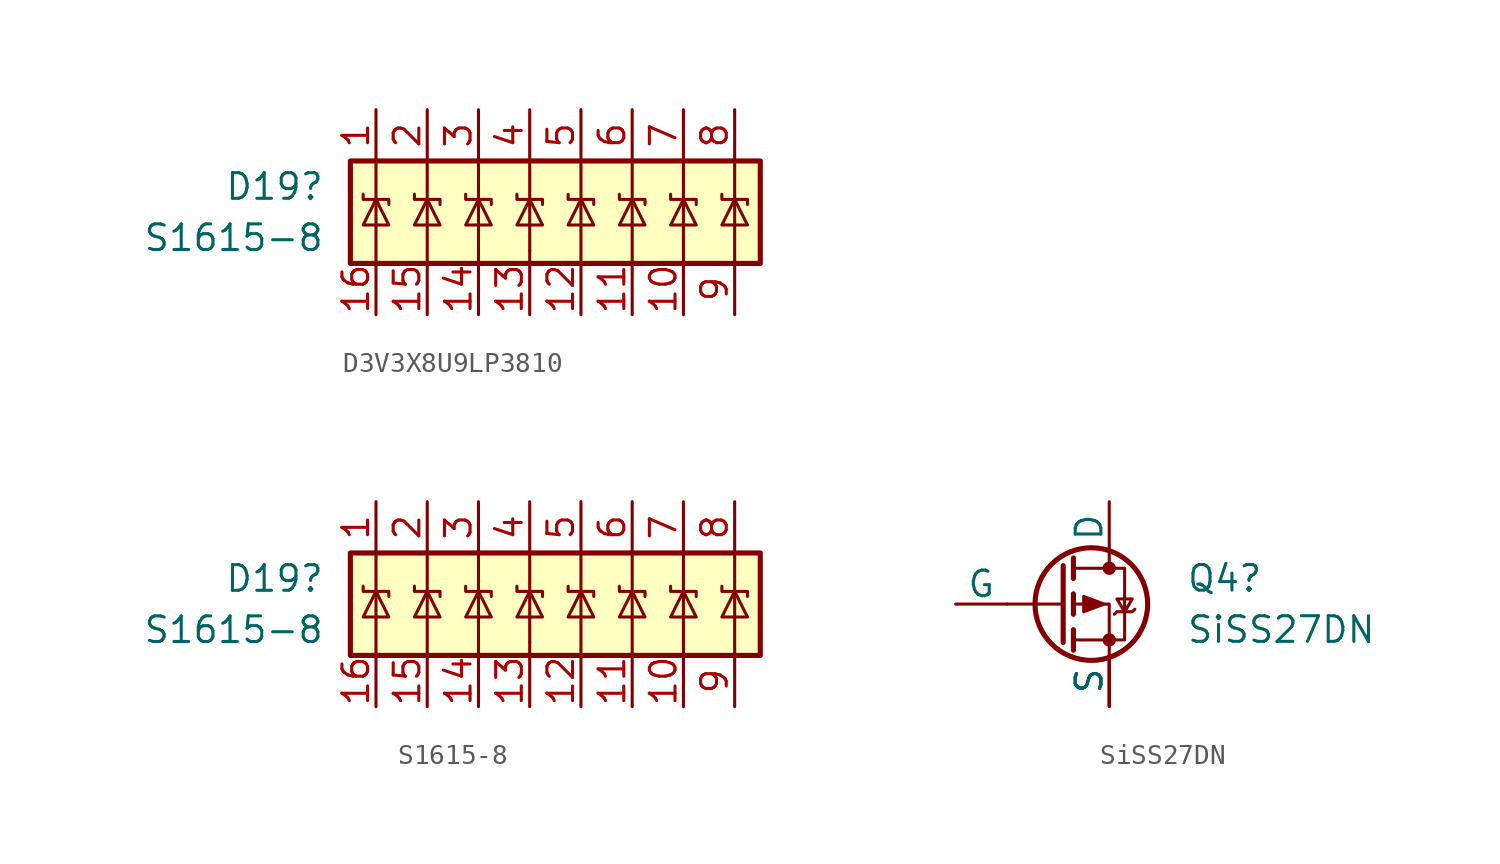
<source format=kicad_sym>
(kicad_symbol_lib
  (version 20241209)
  (generator "kicad_symbol_editor")
  (generator_version "9.0")
  (symbol "D3V3X8U9LP3810"
    (pin_names
      (hide yes))
    (property "Reference" "D19"
      (at -10.16 1.27 0)
      (effects (font (size 1.27 1.27)) (justify right)))
    (property "Value" "S1615-8"
      (at -10.16 -1.27 0)
      (effects (font (size 1.27 1.27)) (justify right)))
    (symbol "D3V3X8U9LP3810_0_1"
      (rectangle (start -8.89 2.54) (end 11.43 -2.54) (stroke (width 0.254) (type default)) (fill (type background)))
      (polyline (pts (xy -8.255 0.889) (xy -8.255 0.635) (xy -6.985 0.635) (xy -6.985 0.381)) (stroke (width 0.152) (type default)) (fill (type none)))
      (polyline (pts (xy -8.255 -0.635) (xy -6.985 -0.635) (xy -7.62 0.635) (xy -8.255 -0.635)) (stroke (width 0) (type default)) (fill (type none)))
      (polyline (pts (xy -7.62 2.54) (xy -7.62 -2.54)) (stroke (width 0) (type default)) (fill (type none)))
      (polyline (pts (xy -5.715 0.889) (xy -5.715 0.635) (xy -4.445 0.635) (xy -4.445 0.381)) (stroke (width 0.152) (type default)) (fill (type none)))
      (polyline (pts (xy -5.715 -0.635) (xy -4.445 -0.635) (xy -5.08 0.635) (xy -5.715 -0.635)) (stroke (width 0) (type default)) (fill (type none)))
      (polyline (pts (xy -5.08 2.54) (xy -5.08 -2.54)) (stroke (width 0) (type default)) (fill (type none)))
      (polyline (pts (xy -3.175 0.889) (xy -3.175 0.635) (xy -1.905 0.635) (xy -1.905 0.381)) (stroke (width 0.152) (type default)) (fill (type none)))
      (polyline (pts (xy -3.175 -0.635) (xy -1.905 -0.635) (xy -2.54 0.635) (xy -3.175 -0.635)) (stroke (width 0) (type default)) (fill (type none)))
      (polyline (pts (xy -2.54 2.54) (xy -2.54 -2.54)) (stroke (width 0) (type default)) (fill (type none)))
      (polyline (pts (xy -0.635 0.889) (xy -0.635 0.635) (xy 0.635 0.635) (xy 0.635 0.381)) (stroke (width 0.152) (type default)) (fill (type none)))
      (polyline (pts (xy -0.635 -0.635) (xy 0.635 -0.635) (xy 0 0.635) (xy -0.635 -0.635)) (stroke (width 0) (type default)) (fill (type none)))
      (polyline (pts (xy 0 2.54) (xy 0 -1.905)) (stroke (width 0) (type default)) (fill (type none)))
      (polyline (pts (xy 0 -1.905) (xy 0 -2.54)) (stroke (width 0.152) (type default)) (fill (type none)))
      (polyline (pts (xy 1.905 0.889) (xy 1.905 0.635) (xy 3.175 0.635) (xy 3.175 0.381)) (stroke (width 0.152) (type default)) (fill (type none)))
      (polyline (pts (xy 1.905 -0.635) (xy 3.175 -0.635) (xy 2.54 0.635) (xy 1.905 -0.635)) (stroke (width 0) (type default)) (fill (type none)))
      (polyline (pts (xy 2.54 2.54) (xy 2.54 -2.54)) (stroke (width 0) (type default)) (fill (type none)))
      (polyline (pts (xy 4.445 0.889) (xy 4.445 0.635) (xy 5.715 0.635) (xy 5.715 0.381)) (stroke (width 0.152) (type default)) (fill (type none)))
      (polyline (pts (xy 4.445 -0.635) (xy 5.715 -0.635) (xy 5.08 0.635) (xy 4.445 -0.635)) (stroke (width 0) (type default)) (fill (type none)))
      (polyline (pts (xy 5.08 2.54) (xy 5.08 -2.54)) (stroke (width 0) (type default)) (fill (type none)))
      (polyline (pts (xy 6.985 0.889) (xy 6.985 0.635) (xy 8.255 0.635) (xy 8.255 0.381)) (stroke (width 0.152) (type default)) (fill (type none)))
      (polyline (pts (xy 6.985 -0.635) (xy 8.255 -0.635) (xy 7.62 0.635) (xy 6.985 -0.635)) (stroke (width 0) (type default)) (fill (type none)))
      (polyline (pts (xy 7.62 2.54) (xy 7.62 -2.54)) (stroke (width 0) (type default)) (fill (type none)))
      (polyline (pts (xy 9.525 0.889) (xy 9.525 0.635) (xy 10.795 0.635) (xy 10.795 0.381)) (stroke (width 0.152) (type default)) (fill (type none)))
      (polyline (pts (xy 9.525 -0.635) (xy 10.795 -0.635) (xy 10.16 0.635) (xy 9.525 -0.635)) (stroke (width 0) (type default)) (fill (type none)))
      (polyline (pts (xy 10.16 2.54) (xy 10.16 -2.54)) (stroke (width 0) (type default)) (fill (type none))))
    (symbol "D3V3X8U9LP3810_1_1"
      (pin passive line (at -7.62 5.08 270) (length 2.54) (name "Line-1" (effects (font (size 1.27 1.27)))) (number "1" (effects (font (size 1.27 1.27)))))
      (pin passive line (at -7.62 -5.08 90) (length 2.54) (name "Line-1" (effects (font (size 1.27 1.27)))) (number "16" (effects (font (size 1.27 1.27)))))
      (pin passive line (at -5.08 5.08 270) (length 2.54) (name "Line-3" (effects (font (size 1.27 1.27)))) (number "2" (effects (font (size 1.27 1.27)))))
      (pin passive line (at -5.08 -5.08 90) (length 2.54) (name "Line-3" (effects (font (size 1.27 1.27)))) (number "15" (effects (font (size 1.27 1.27)))))
      (pin passive line (at -2.54 5.08 270) (length 2.54) (name "Line-6" (effects (font (size 1.27 1.27)))) (number "3" (effects (font (size 1.27 1.27)))))
      (pin passive line (at -2.54 -5.08 90) (length 2.54) (name "Line-6" (effects (font (size 1.27 1.27)))) (number "14" (effects (font (size 1.27 1.27)))))
      (pin passive line (at 0 5.08 270) (length 2.54) (name "Line-8" (effects (font (size 1.27 1.27)))) (number "4" (effects (font (size 1.27 1.27)))))
      (pin passive line (at 0 -5.08 90) (length 2.54) (name "Line-8" (effects (font (size 1.27 1.27)))) (number "13" (effects (font (size 1.27 1.27)))))
      (pin passive line (at 2.54 5.08 270) (length 2.54) (name "Line-7" (effects (font (size 1.27 1.27)))) (number "5" (effects (font (size 1.27 1.27)))))
      (pin passive line (at 2.54 -5.08 90) (length 2.54) (name "Line-7" (effects (font (size 1.27 1.27)))) (number "12" (effects (font (size 1.27 1.27)))))
      (pin passive line (at 5.08 5.08 270) (length 2.54) (name "Line-5" (effects (font (size 1.27 1.27)))) (number "6" (effects (font (size 1.27 1.27)))))
      (pin passive line (at 5.08 -5.08 90) (length 2.54) (name "11" (effects (font (size 1.27 1.27)))) (number "11" (effects (font (size 1.27 1.27)))))
      (pin passive line (at 7.62 5.08 270) (length 2.54) (name "Line-4" (effects (font (size 1.27 1.27)))) (number "7" (effects (font (size 1.27 1.27)))))
      (pin passive line (at 7.62 -5.08 90) (length 2.54) (name "Line-4" (effects (font (size 1.27 1.27)))) (number "10" (effects (font (size 1.27 1.27)))))
      (pin passive line (at 10.16 5.08 270) (length 2.54) (name "Line-2" (effects (font (size 1.27 1.27)))) (number "8" (effects (font (size 1.27 1.27)))))
      (pin passive line (at 10.16 -5.08 90) (length 2.54) (name "Line-2" (effects (font (size 1.27 1.27)))) (number "9" (effects (font (size 1.27 1.27)))))))
  (symbol "S1615-8"
    (pin_names
      (hide yes))
    (property "Reference" "D19"
      (at -10.16 1.27 0)
      (effects (font (size 1.27 1.27)) (justify right)))
    (property "Value" "S1615-8"
      (at -10.16 -1.27 0)
      (effects (font (size 1.27 1.27)) (justify right)))
    (symbol "S1615-8_0_1"
      (rectangle (start -8.89 2.54) (end 11.43 -2.54) (stroke (width 0.254) (type default)) (fill (type background)))
      (polyline (pts (xy -8.255 0.889) (xy -8.255 0.635) (xy -6.985 0.635) (xy -6.985 0.381)) (stroke (width 0.152) (type default)) (fill (type none)))
      (polyline (pts (xy -8.255 -0.635) (xy -6.985 -0.635) (xy -7.62 0.635) (xy -8.255 -0.635)) (stroke (width 0) (type default)) (fill (type none)))
      (polyline (pts (xy -7.62 2.54) (xy -7.62 -2.54)) (stroke (width 0) (type default)) (fill (type none)))
      (polyline (pts (xy -5.715 0.889) (xy -5.715 0.635) (xy -4.445 0.635) (xy -4.445 0.381)) (stroke (width 0.152) (type default)) (fill (type none)))
      (polyline (pts (xy -5.715 -0.635) (xy -4.445 -0.635) (xy -5.08 0.635) (xy -5.715 -0.635)) (stroke (width 0) (type default)) (fill (type none)))
      (polyline (pts (xy -5.08 2.54) (xy -5.08 -2.54)) (stroke (width 0) (type default)) (fill (type none)))
      (polyline (pts (xy -3.175 0.889) (xy -3.175 0.635) (xy -1.905 0.635) (xy -1.905 0.381)) (stroke (width 0.152) (type default)) (fill (type none)))
      (polyline (pts (xy -3.175 -0.635) (xy -1.905 -0.635) (xy -2.54 0.635) (xy -3.175 -0.635)) (stroke (width 0) (type default)) (fill (type none)))
      (polyline (pts (xy -2.54 2.54) (xy -2.54 -2.54)) (stroke (width 0) (type default)) (fill (type none)))
      (polyline (pts (xy -0.635 0.889) (xy -0.635 0.635) (xy 0.635 0.635) (xy 0.635 0.381)) (stroke (width 0.152) (type default)) (fill (type none)))
      (polyline (pts (xy -0.635 -0.635) (xy 0.635 -0.635) (xy 0 0.635) (xy -0.635 -0.635)) (stroke (width 0) (type default)) (fill (type none)))
      (polyline (pts (xy 0 2.54) (xy 0 -1.905)) (stroke (width 0) (type default)) (fill (type none)))
      (polyline (pts (xy 0 -1.905) (xy 0 -2.54)) (stroke (width 0.152) (type default)) (fill (type none)))
      (polyline (pts (xy 1.905 0.889) (xy 1.905 0.635) (xy 3.175 0.635) (xy 3.175 0.381)) (stroke (width 0.152) (type default)) (fill (type none)))
      (polyline (pts (xy 1.905 -0.635) (xy 3.175 -0.635) (xy 2.54 0.635) (xy 1.905 -0.635)) (stroke (width 0) (type default)) (fill (type none)))
      (polyline (pts (xy 2.54 2.54) (xy 2.54 -2.54)) (stroke (width 0) (type default)) (fill (type none)))
      (polyline (pts (xy 4.445 0.889) (xy 4.445 0.635) (xy 5.715 0.635) (xy 5.715 0.381)) (stroke (width 0.152) (type default)) (fill (type none)))
      (polyline (pts (xy 4.445 -0.635) (xy 5.715 -0.635) (xy 5.08 0.635) (xy 4.445 -0.635)) (stroke (width 0) (type default)) (fill (type none)))
      (polyline (pts (xy 5.08 2.54) (xy 5.08 -2.54)) (stroke (width 0) (type default)) (fill (type none)))
      (polyline (pts (xy 6.985 0.889) (xy 6.985 0.635) (xy 8.255 0.635) (xy 8.255 0.381)) (stroke (width 0.152) (type default)) (fill (type none)))
      (polyline (pts (xy 6.985 -0.635) (xy 8.255 -0.635) (xy 7.62 0.635) (xy 6.985 -0.635)) (stroke (width 0) (type default)) (fill (type none)))
      (polyline (pts (xy 7.62 2.54) (xy 7.62 -2.54)) (stroke (width 0) (type default)) (fill (type none)))
      (polyline (pts (xy 9.525 0.889) (xy 9.525 0.635) (xy 10.795 0.635) (xy 10.795 0.381)) (stroke (width 0.152) (type default)) (fill (type none)))
      (polyline (pts (xy 9.525 -0.635) (xy 10.795 -0.635) (xy 10.16 0.635) (xy 9.525 -0.635)) (stroke (width 0) (type default)) (fill (type none)))
      (polyline (pts (xy 10.16 2.54) (xy 10.16 -2.54)) (stroke (width 0) (type default)) (fill (type none))))
    (symbol "S1615-8_1_1"
      (pin passive line (at -7.62 5.08 270) (length 2.54) (name "Line-1" (effects (font (size 1.27 1.27)))) (number "1" (effects (font (size 1.27 1.27)))))
      (pin passive line (at -7.62 -5.08 90) (length 2.54) (name "Line-1" (effects (font (size 1.27 1.27)))) (number "16" (effects (font (size 1.27 1.27)))))
      (pin passive line (at -5.08 5.08 270) (length 2.54) (name "Line-3" (effects (font (size 1.27 1.27)))) (number "2" (effects (font (size 1.27 1.27)))))
      (pin passive line (at -5.08 -5.08 90) (length 2.54) (name "Line-3" (effects (font (size 1.27 1.27)))) (number "15" (effects (font (size 1.27 1.27)))))
      (pin passive line (at -2.54 5.08 270) (length 2.54) (name "Line-6" (effects (font (size 1.27 1.27)))) (number "3" (effects (font (size 1.27 1.27)))))
      (pin passive line (at -2.54 -5.08 90) (length 2.54) (name "Line-6" (effects (font (size 1.27 1.27)))) (number "14" (effects (font (size 1.27 1.27)))))
      (pin passive line (at 0 5.08 270) (length 2.54) (name "Line-8" (effects (font (size 1.27 1.27)))) (number "4" (effects (font (size 1.27 1.27)))))
      (pin passive line (at 0 -5.08 90) (length 2.54) (name "Line-8" (effects (font (size 1.27 1.27)))) (number "13" (effects (font (size 1.27 1.27)))))
      (pin passive line (at 2.54 5.08 270) (length 2.54) (name "Line-7" (effects (font (size 1.27 1.27)))) (number "5" (effects (font (size 1.27 1.27)))))
      (pin passive line (at 2.54 -5.08 90) (length 2.54) (name "Line-7" (effects (font (size 1.27 1.27)))) (number "12" (effects (font (size 1.27 1.27)))))
      (pin passive line (at 5.08 5.08 270) (length 2.54) (name "Line-5" (effects (font (size 1.27 1.27)))) (number "6" (effects (font (size 1.27 1.27)))))
      (pin passive line (at 5.08 -5.08 90) (length 2.54) (name "11" (effects (font (size 1.27 1.27)))) (number "11" (effects (font (size 1.27 1.27)))))
      (pin passive line (at 7.62 5.08 270) (length 2.54) (name "Line-4" (effects (font (size 1.27 1.27)))) (number "7" (effects (font (size 1.27 1.27)))))
      (pin passive line (at 7.62 -5.08 90) (length 2.54) (name "Line-4" (effects (font (size 1.27 1.27)))) (number "10" (effects (font (size 1.27 1.27)))))
      (pin passive line (at 10.16 5.08 270) (length 2.54) (name "Line-2" (effects (font (size 1.27 1.27)))) (number "8" (effects (font (size 1.27 1.27)))))
      (pin passive line (at 10.16 -5.08 90) (length 2.54) (name "Line-2" (effects (font (size 1.27 1.27)))) (number "9" (effects (font (size 1.27 1.27)))))))
  (symbol "SiSS27DN"
    (pin_numbers
      (hide yes))
    (pin_names
      (offset 0))
    (property "Reference" "Q4"
      (at 6.35 1.27 0)
      (effects (font (size 1.27 1.27)) (justify left)))
    (property "Value" "SiSS27DN"
      (at 6.35 -1.27 0)
      (effects (font (size 1.27 1.27)) (justify left)))
    (symbol "SiSS27DN_0_1"
      (polyline (pts (xy 0.254 1.905) (xy 0.254 -1.905)) (stroke (width 0.254) (type default)) (fill (type none)))
      (polyline (pts (xy 0.254 0) (xy -2.54 0)) (stroke (width 0) (type default)) (fill (type none)))
      (polyline (pts (xy 0.762 2.286) (xy 0.762 1.27)) (stroke (width 0.254) (type default)) (fill (type none)))
      (polyline (pts (xy 0.762 1.778) (xy 3.302 1.778) (xy 3.302 -1.778) (xy 0.762 -1.778)) (stroke (width 0) (type default)) (fill (type none)))
      (polyline (pts (xy 0.762 0.508) (xy 0.762 -0.508)) (stroke (width 0.254) (type default)) (fill (type none)))
      (polyline (pts (xy 0.762 -1.27) (xy 0.762 -2.286)) (stroke (width 0.254) (type default)) (fill (type none)))
      (circle (center 1.651 0) (radius 2.794) (stroke (width 0.254) (type default)) (fill (type none)))
      (polyline (pts (xy 2.286 0) (xy 1.27 0.381) (xy 1.27 -0.381) (xy 2.286 0)) (stroke (width 0) (type default)) (fill (type outline)))
      (polyline (pts (xy 2.54 2.54) (xy 2.54 1.778)) (stroke (width 0) (type default)) (fill (type none)))
      (circle (center 2.54 1.778) (radius 0.254) (stroke (width 0) (type default)) (fill (type outline)))
      (circle (center 2.54 -1.778) (radius 0.254) (stroke (width 0) (type default)) (fill (type outline)))
      (polyline (pts (xy 2.54 -2.54) (xy 2.54 0) (xy 0.762 0)) (stroke (width 0) (type default)) (fill (type none)))
      (polyline (pts (xy 2.794 -0.508) (xy 2.921 -0.381) (xy 3.683 -0.381) (xy 3.81 -0.254)) (stroke (width 0) (type default)) (fill (type none)))
      (polyline (pts (xy 3.302 -0.381) (xy 2.921 0.254) (xy 3.683 0.254) (xy 3.302 -0.381)) (stroke (width 0) (type default)) (fill (type none))))
    (symbol "SiSS27DN_1_1"
      (pin input line (at -5.08 0 0) (length 2.54) (name "G" (effects (font (size 1.27 1.27)))) (number "4" (effects (font (size 1.27 1.27)))))
      (pin passive line (at 2.54 5.08 270) (length 2.54) (name "D" (effects (font (size 1.27 1.27)))) (number "5" (effects (font (size 1.27 1.27)))))
      (pin passive line (at 2.54 -5.08 90) (length 2.54) (name "S" (effects (font (size 1.27 1.27)))) (number "1" (effects (font (size 1.27 1.27)))))
      (pin passive line (at 2.54 -5.08 90) (length 2.54) (name "S" (effects (font (size 1.27 1.27)))) (number "2" (effects (font (size 1.27 1.27)))))
      (pin passive line (at 2.54 -5.08 90) (length 2.54) (name "S" (effects (font (size 1.27 1.27)))) (number "3" (effects (font (size 1.27 1.27))))))))
</source>
